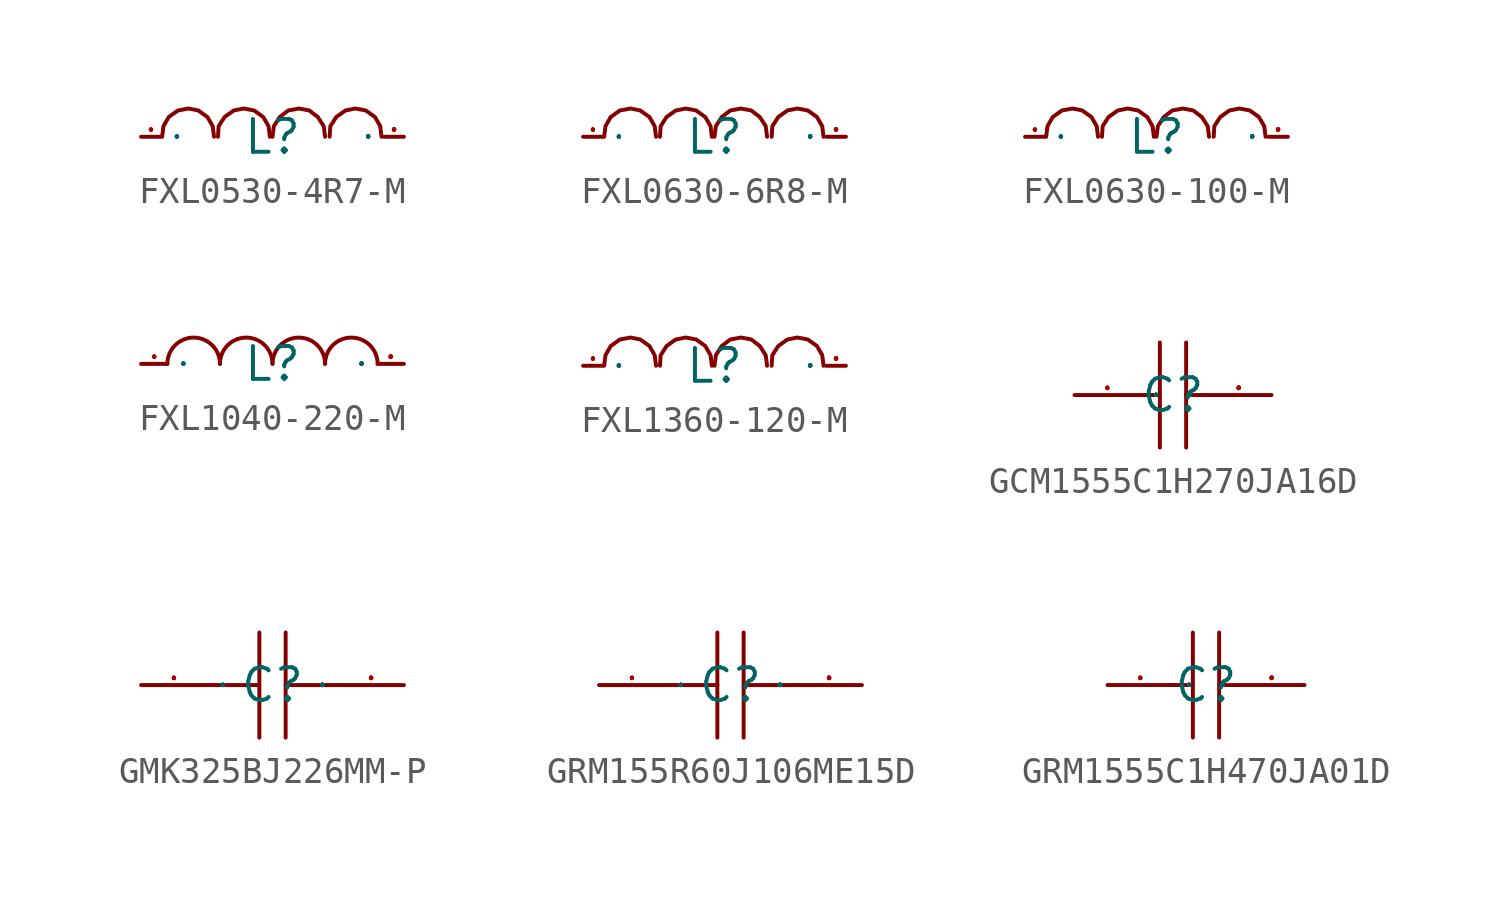
<source format=kicad_sym>
(kicad_symbol_lib
  (version 20241209)
  (generator "kicad_symbol_editor")
  (generator_version "9.0")
  (symbol "FXL0530-4R7-M"
    (property "Reference" "L"
      (at 0 0 0)
      (effects (font (size 1.27 1.27))))
    (symbol "FXL0530-4R7-M_1_0"
      (polyline (pts (xy -4.267 0) (xy -4.216 0.406) (xy -4.216 0.406) (xy -4.013 0.762) (xy -4.013 0.762) (xy -3.658 1.016) (xy -3.658 1.016) (xy -3.251 1.092) (xy -3.251 1.092) (xy -2.87 1.016) (xy -2.87 1.016) (xy -2.515 0.762) (xy -2.515 0.762) (xy -2.311 0.406) (xy -2.311 0.406) (xy -2.261 0)) (stroke (width 0) (type default)) (fill (type none)))
      (polyline (pts (xy -2.108 0) (xy -2.083 0.406) (xy -2.083 0.406) (xy -1.854 0.762) (xy -1.854 0.762) (xy -1.499 1.016) (xy -1.499 1.016) (xy -1.118 1.092) (xy -1.118 1.092) (xy -0.711 1.016) (xy -0.711 1.016) (xy -0.356 0.762) (xy -0.356 0.762) (xy -0.152 0.406) (xy -0.152 0.406) (xy -0.102 0)) (stroke (width 0) (type default)) (fill (type none)))
      (polyline (pts (xy 0 0) (xy 0.051 0.406) (xy 0.051 0.406) (xy 0.279 0.762) (xy 0.279 0.762) (xy 0.61 1.016) (xy 0.61 1.016) (xy 1.016 1.092) (xy 1.016 1.092) (xy 1.422 1.016) (xy 1.422 1.016) (xy 1.753 0.762) (xy 1.753 0.762) (xy 1.981 0.406) (xy 1.981 0.406) (xy 2.032 0)) (stroke (width 0) (type default)) (fill (type none)))
      (polyline (pts (xy 2.21 0) (xy 2.235 0.406) (xy 2.235 0.406) (xy 2.464 0.762) (xy 2.464 0.762) (xy 2.819 1.016) (xy 2.819 1.016) (xy 3.2 1.092) (xy 3.2 1.092) (xy 3.607 1.016) (xy 3.607 1.016) (xy 3.962 0.762) (xy 3.962 0.762) (xy 4.166 0.406) (xy 4.166 0.406) (xy 4.216 0)) (stroke (width 0) (type default)) (fill (type none)))
      (pin unspecified line (at -5.08 0 0) (length 0.762) (name "1" (effects (font (size 0.025 0.025)))) (number "1" (effects (font (size 0.025 0.025)))))
      (pin unspecified line (at 5.08 0 180) (length 0.762) (name "2" (effects (font (size 0.025 0.025)))) (number "2" (effects (font (size 0.025 0.025)))))))
  (symbol "FXL0630-6R8-M"
    (property "Reference" "L"
      (at 0 0 0)
      (effects (font (size 1.27 1.27))))
    (symbol "FXL0630-6R8-M_1_0"
      (polyline (pts (xy -4.267 0) (xy -4.216 0.406) (xy -4.216 0.406) (xy -4.013 0.762) (xy -4.013 0.762) (xy -3.658 1.016) (xy -3.658 1.016) (xy -3.251 1.092) (xy -3.251 1.092) (xy -2.87 1.016) (xy -2.87 1.016) (xy -2.515 0.762) (xy -2.515 0.762) (xy -2.311 0.406) (xy -2.311 0.406) (xy -2.261 0)) (stroke (width 0) (type default)) (fill (type none)))
      (polyline (pts (xy -2.108 0) (xy -2.083 0.406) (xy -2.083 0.406) (xy -1.854 0.762) (xy -1.854 0.762) (xy -1.499 1.016) (xy -1.499 1.016) (xy -1.118 1.092) (xy -1.118 1.092) (xy -0.711 1.016) (xy -0.711 1.016) (xy -0.356 0.762) (xy -0.356 0.762) (xy -0.152 0.406) (xy -0.152 0.406) (xy -0.102 0)) (stroke (width 0) (type default)) (fill (type none)))
      (polyline (pts (xy 0 0) (xy 0.051 0.406) (xy 0.051 0.406) (xy 0.279 0.762) (xy 0.279 0.762) (xy 0.61 1.016) (xy 0.61 1.016) (xy 1.016 1.092) (xy 1.016 1.092) (xy 1.422 1.016) (xy 1.422 1.016) (xy 1.753 0.762) (xy 1.753 0.762) (xy 1.981 0.406) (xy 1.981 0.406) (xy 2.032 0)) (stroke (width 0) (type default)) (fill (type none)))
      (polyline (pts (xy 2.21 0) (xy 2.235 0.406) (xy 2.235 0.406) (xy 2.464 0.762) (xy 2.464 0.762) (xy 2.819 1.016) (xy 2.819 1.016) (xy 3.2 1.092) (xy 3.2 1.092) (xy 3.607 1.016) (xy 3.607 1.016) (xy 3.962 0.762) (xy 3.962 0.762) (xy 4.166 0.406) (xy 4.166 0.406) (xy 4.216 0)) (stroke (width 0) (type default)) (fill (type none)))
      (pin unspecified line (at -5.08 0 0) (length 0.762) (name "1" (effects (font (size 0.025 0.025)))) (number "1" (effects (font (size 0.025 0.025)))))
      (pin unspecified line (at 5.08 0 180) (length 0.762) (name "2" (effects (font (size 0.025 0.025)))) (number "2" (effects (font (size 0.025 0.025)))))))
  (symbol "FXL0630-100-M"
    (property "Reference" "L"
      (at 0 0 0)
      (effects (font (size 1.27 1.27))))
    (symbol "FXL0630-100-M_1_0"
      (polyline (pts (xy -4.267 0) (xy -4.216 0.406) (xy -4.216 0.406) (xy -4.013 0.762) (xy -4.013 0.762) (xy -3.658 1.016) (xy -3.658 1.016) (xy -3.251 1.092) (xy -3.251 1.092) (xy -2.87 1.016) (xy -2.87 1.016) (xy -2.515 0.762) (xy -2.515 0.762) (xy -2.311 0.406) (xy -2.311 0.406) (xy -2.261 0)) (stroke (width 0) (type default)) (fill (type none)))
      (polyline (pts (xy -2.108 0) (xy -2.083 0.406) (xy -2.083 0.406) (xy -1.854 0.762) (xy -1.854 0.762) (xy -1.499 1.016) (xy -1.499 1.016) (xy -1.118 1.092) (xy -1.118 1.092) (xy -0.711 1.016) (xy -0.711 1.016) (xy -0.356 0.762) (xy -0.356 0.762) (xy -0.152 0.406) (xy -0.152 0.406) (xy -0.102 0)) (stroke (width 0) (type default)) (fill (type none)))
      (polyline (pts (xy 0 0) (xy 0.051 0.406) (xy 0.051 0.406) (xy 0.279 0.762) (xy 0.279 0.762) (xy 0.61 1.016) (xy 0.61 1.016) (xy 1.016 1.092) (xy 1.016 1.092) (xy 1.422 1.016) (xy 1.422 1.016) (xy 1.753 0.762) (xy 1.753 0.762) (xy 1.981 0.406) (xy 1.981 0.406) (xy 2.032 0)) (stroke (width 0) (type default)) (fill (type none)))
      (polyline (pts (xy 2.21 0) (xy 2.235 0.406) (xy 2.235 0.406) (xy 2.464 0.762) (xy 2.464 0.762) (xy 2.819 1.016) (xy 2.819 1.016) (xy 3.2 1.092) (xy 3.2 1.092) (xy 3.607 1.016) (xy 3.607 1.016) (xy 3.962 0.762) (xy 3.962 0.762) (xy 4.166 0.406) (xy 4.166 0.406) (xy 4.216 0)) (stroke (width 0) (type default)) (fill (type none)))
      (pin unspecified line (at -5.08 0 0) (length 0.762) (name "1" (effects (font (size 0.025 0.025)))) (number "1" (effects (font (size 0.025 0.025)))))
      (pin unspecified line (at 5.08 0 180) (length 0.762) (name "2" (effects (font (size 0.025 0.025)))) (number "2" (effects (font (size 0.025 0.025)))))))
  (symbol "FXL1040-220-M"
    (property "Reference" "L"
      (at 0 0 0)
      (effects (font (size 1.27 1.27))))
    (symbol "FXL1040-220-M_1_0"
      (arc (start -4.064 0) (mid -3.0226 1.016) (end -2.032 0) (stroke (width 0) (type default)) (fill (type none)))
      (arc (start -2.032 0) (mid -0.9906 1.016) (end 0 0) (stroke (width 0) (type default)) (fill (type none)))
      (arc (start 0 0) (mid 1.016 1.016) (end 2.032 0) (stroke (width 0) (type default)) (fill (type none)))
      (arc (start 2.032 0) (mid 3.048 1.016) (end 4.064 0) (stroke (width 0) (type default)) (fill (type none)))
      (pin unspecified line (at -5.08 0 0) (length 1.016) (name "1" (effects (font (size 0.025 0.025)))) (number "1" (effects (font (size 0.025 0.025)))))
      (pin unspecified line (at 5.08 0 180) (length 1.016) (name "2" (effects (font (size 0.025 0.025)))) (number "2" (effects (font (size 0.025 0.025)))))))
  (symbol "FXL1360-120-M"
    (property "Reference" "L"
      (at 0 0 0)
      (effects (font (size 1.27 1.27))))
    (symbol "FXL1360-120-M_1_0"
      (polyline (pts (xy -4.267 0) (xy -4.216 0.406) (xy -4.216 0.406) (xy -4.013 0.762) (xy -4.013 0.762) (xy -3.658 1.016) (xy -3.658 1.016) (xy -3.251 1.092) (xy -3.251 1.092) (xy -2.87 1.016) (xy -2.87 1.016) (xy -2.515 0.762) (xy -2.515 0.762) (xy -2.311 0.406) (xy -2.311 0.406) (xy -2.261 0)) (stroke (width 0) (type default)) (fill (type none)))
      (polyline (pts (xy -2.108 0) (xy -2.083 0.406) (xy -2.083 0.406) (xy -1.854 0.762) (xy -1.854 0.762) (xy -1.499 1.016) (xy -1.499 1.016) (xy -1.118 1.092) (xy -1.118 1.092) (xy -0.711 1.016) (xy -0.711 1.016) (xy -0.356 0.762) (xy -0.356 0.762) (xy -0.152 0.406) (xy -0.152 0.406) (xy -0.102 0)) (stroke (width 0) (type default)) (fill (type none)))
      (polyline (pts (xy 0 0) (xy 0.051 0.406) (xy 0.051 0.406) (xy 0.279 0.762) (xy 0.279 0.762) (xy 0.61 1.016) (xy 0.61 1.016) (xy 1.016 1.092) (xy 1.016 1.092) (xy 1.422 1.016) (xy 1.422 1.016) (xy 1.753 0.762) (xy 1.753 0.762) (xy 1.981 0.406) (xy 1.981 0.406) (xy 2.032 0)) (stroke (width 0) (type default)) (fill (type none)))
      (polyline (pts (xy 2.21 0) (xy 2.235 0.406) (xy 2.235 0.406) (xy 2.464 0.762) (xy 2.464 0.762) (xy 2.819 1.016) (xy 2.819 1.016) (xy 3.2 1.092) (xy 3.2 1.092) (xy 3.607 1.016) (xy 3.607 1.016) (xy 3.962 0.762) (xy 3.962 0.762) (xy 4.166 0.406) (xy 4.166 0.406) (xy 4.216 0)) (stroke (width 0) (type default)) (fill (type none)))
      (pin unspecified line (at -5.08 0 0) (length 0.762) (name "1" (effects (font (size 0.025 0.025)))) (number "1" (effects (font (size 0.025 0.025)))))
      (pin unspecified line (at 5.08 0 180) (length 0.762) (name "2" (effects (font (size 0.025 0.025)))) (number "2" (effects (font (size 0.025 0.025)))))))
  (symbol "GCM1555C1H270JA16D"
    (property "Reference" "C"
      (at 0 0 0)
      (effects (font (size 1.27 1.27))))
    (symbol "GCM1555C1H270JA16D_1_0"
      (polyline (pts (xy -1.27 0) (xy -0.508 0)) (stroke (width 0) (type default)) (fill (type none)))
      (polyline (pts (xy -0.508 2.032) (xy -0.508 -2.032)) (stroke (width 0) (type default)) (fill (type none)))
      (polyline (pts (xy 0.508 2.032) (xy 0.508 -2.032)) (stroke (width 0) (type default)) (fill (type none)))
      (polyline (pts (xy 0.508 0) (xy 1.27 0)) (stroke (width 0) (type default)) (fill (type none)))
      (pin input line (at -3.81 0 0) (length 2.54) (name "1" (effects (font (size 0.025 0.025)))) (number "1" (effects (font (size 0.025 0.025)))))
      (pin input line (at 3.81 0 180) (length 2.54) (name "2" (effects (font (size 0.025 0.025)))) (number "2" (effects (font (size 0.025 0.025)))))))
  (symbol "GMK325BJ226MM-P"
    (property "Reference" "C"
      (at 0 0 0)
      (effects (font (size 1.27 1.27))))
    (symbol "GMK325BJ226MM-P_1_0"
      (polyline (pts (xy -0.508 0) (xy -2.54 0)) (stroke (width 0) (type default)) (fill (type none)))
      (polyline (pts (xy -0.508 -2.032) (xy -0.508 2.032)) (stroke (width 0) (type default)) (fill (type none)))
      (polyline (pts (xy 0.508 2.032) (xy 0.508 -2.032)) (stroke (width 0) (type default)) (fill (type none)))
      (polyline (pts (xy 2.54 0) (xy 0.508 0)) (stroke (width 0) (type default)) (fill (type none)))
      (pin unspecified line (at -5.08 0 0) (length 2.54) (name "1" (effects (font (size 0.025 0.025)))) (number "1" (effects (font (size 0.025 0.025)))))
      (pin unspecified line (at 5.08 0 180) (length 2.54) (name "2" (effects (font (size 0.025 0.025)))) (number "2" (effects (font (size 0.025 0.025)))))))
  (symbol "GRM155R60J106ME15D"
    (property "Reference" "C"
      (at 0 0 0)
      (effects (font (size 1.27 1.27))))
    (symbol "GRM155R60J106ME15D_1_0"
      (polyline (pts (xy -0.508 0) (xy -2.54 0)) (stroke (width 0) (type default)) (fill (type none)))
      (polyline (pts (xy -0.508 -2.032) (xy -0.508 2.032)) (stroke (width 0) (type default)) (fill (type none)))
      (polyline (pts (xy 0.508 2.032) (xy 0.508 -2.032)) (stroke (width 0) (type default)) (fill (type none)))
      (polyline (pts (xy 2.54 0) (xy 0.508 0)) (stroke (width 0) (type default)) (fill (type none)))
      (pin unspecified line (at -5.08 0 0) (length 2.54) (name "1" (effects (font (size 0.025 0.025)))) (number "1" (effects (font (size 0.025 0.025)))))
      (pin unspecified line (at 5.08 0 180) (length 2.54) (name "2" (effects (font (size 0.025 0.025)))) (number "2" (effects (font (size 0.025 0.025)))))))
  (symbol "GRM1555C1H470JA01D"
    (property "Reference" "C"
      (at 0 0 0)
      (effects (font (size 1.27 1.27))))
    (symbol "GRM1555C1H470JA01D_1_0"
      (polyline (pts (xy -1.27 0) (xy -0.508 0)) (stroke (width 0) (type default)) (fill (type none)))
      (polyline (pts (xy -0.508 2.032) (xy -0.508 -2.032)) (stroke (width 0) (type default)) (fill (type none)))
      (polyline (pts (xy 0.508 2.032) (xy 0.508 -2.032)) (stroke (width 0) (type default)) (fill (type none)))
      (polyline (pts (xy 0.508 0) (xy 1.27 0)) (stroke (width 0) (type default)) (fill (type none)))
      (pin input line (at -3.81 0 0) (length 2.54) (name "1" (effects (font (size 0.025 0.025)))) (number "1" (effects (font (size 0.025 0.025)))))
      (pin input line (at 3.81 0 180) (length 2.54) (name "2" (effects (font (size 0.025 0.025)))) (number "2" (effects (font (size 0.025 0.025))))))))
</source>
